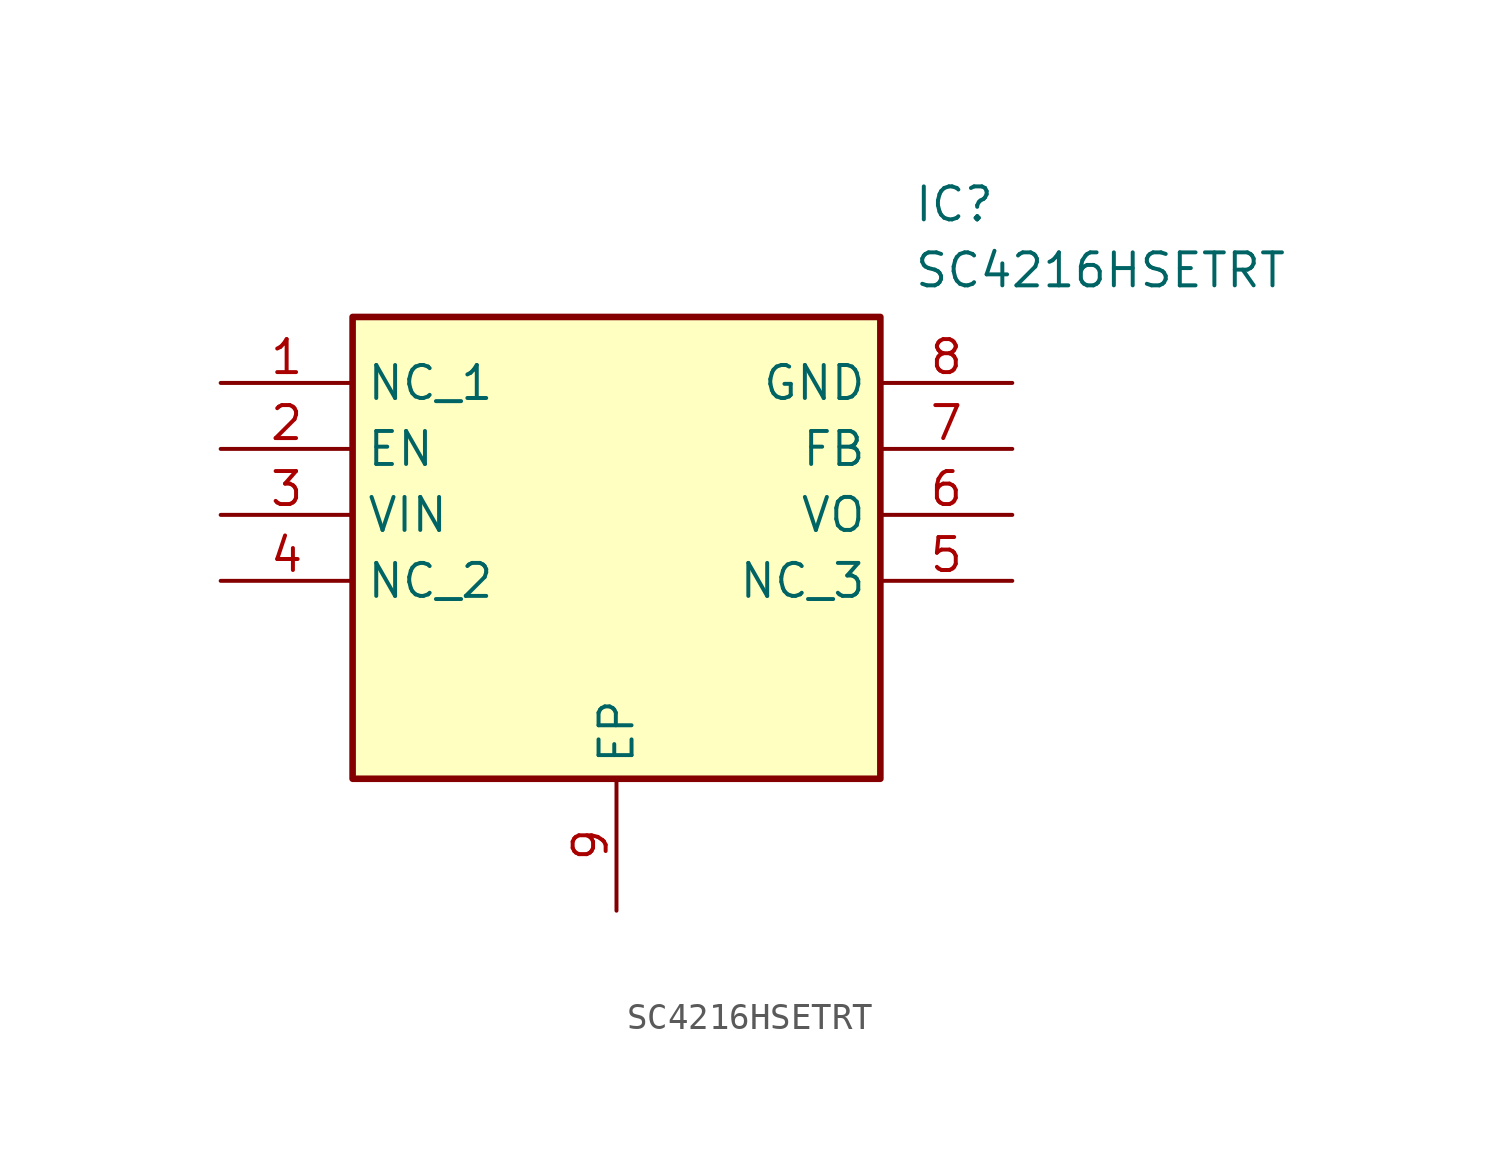
<source format=kicad_sym>
(kicad_symbol_lib
  (version 20211014)
  (generator SamacSys_ECAD_Model)
  (symbol "SC4216HSETRT"
    (property "Reference" "IC"
      (at 26.67 7.62 0)
      (effects (font (size 1.27 1.27)) (justify left top)))
    (property "Value" "SC4216HSETRT"
      (at 26.67 5.08 0)
      (effects (font (size 1.27 1.27)) (justify left top)))
    (rectangle
      (start 5.08 2.54)
      (end 25.4 -15.24)
      (stroke (width 0.254) (type default))
      (fill (type background)))
    (pin passive line
      (at 0 0 0)
      (length 5.08)
      (name "NC_1" (effects (font (size 1.27 1.27))))
      (number "1" (effects (font (size 1.27 1.27)))))
    (pin passive line
      (at 0 -2.54 0)
      (length 5.08)
      (name "EN" (effects (font (size 1.27 1.27))))
      (number "2" (effects (font (size 1.27 1.27)))))
    (pin passive line
      (at 0 -5.08 0)
      (length 5.08)
      (name "VIN" (effects (font (size 1.27 1.27))))
      (number "3" (effects (font (size 1.27 1.27)))))
    (pin passive line
      (at 0 -7.62 0)
      (length 5.08)
      (name "NC_2" (effects (font (size 1.27 1.27))))
      (number "4" (effects (font (size 1.27 1.27)))))
    (pin passive line
      (at 15.24 -20.32 90)
      (length 5.08)
      (name "EP" (effects (font (size 1.27 1.27))))
      (number "9" (effects (font (size 1.27 1.27)))))
    (pin passive line
      (at 30.48 0 180)
      (length 5.08)
      (name "GND" (effects (font (size 1.27 1.27))))
      (number "8" (effects (font (size 1.27 1.27)))))
    (pin passive line
      (at 30.48 -2.54 180)
      (length 5.08)
      (name "FB" (effects (font (size 1.27 1.27))))
      (number "7" (effects (font (size 1.27 1.27)))))
    (pin passive line
      (at 30.48 -5.08 180)
      (length 5.08)
      (name "VO" (effects (font (size 1.27 1.27))))
      (number "6" (effects (font (size 1.27 1.27)))))
    (pin passive line
      (at 30.48 -7.62 180)
      (length 5.08)
      (name "NC_3" (effects (font (size 1.27 1.27))))
      (number "5" (effects (font (size 1.27 1.27)))))))
</source>
